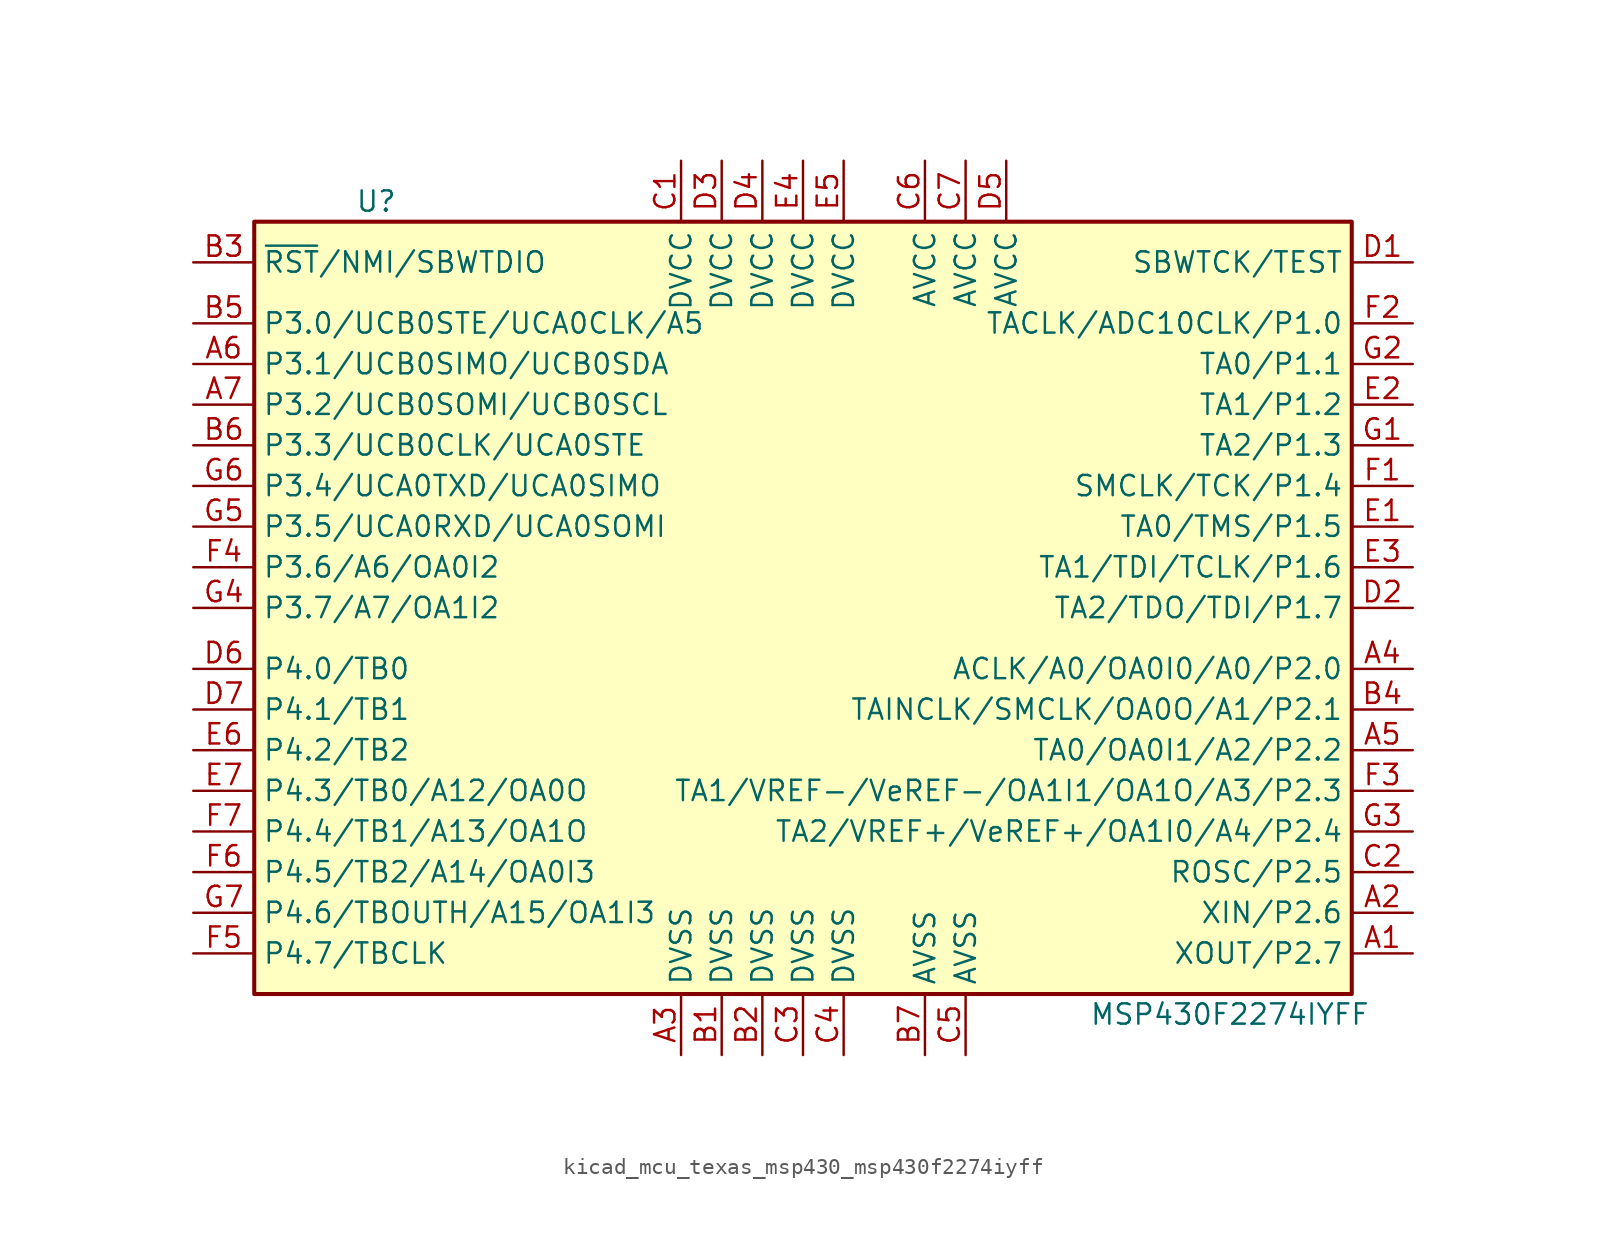
<source format=kicad_sym>
(kicad_symbol_lib
  (version 20220914)
  (generator kicad_symbol_editor)
  (symbol "kicad_mcu_texas_msp430_msp430f2274iyff"
    (property "Reference" "U"
      (at -26.67 25.4 0)
      (effects (font (size 1.27 1.27))))
    (property "Value" "MSP430F2274IYFF"
      (at 26.67 -25.4 0)
      (effects (font (size 1.27 1.27))))
    (symbol "kicad_mcu_texas_msp430_msp430f2274iyff_0_1"
      (rectangle (start -34.29 24.13) (end 34.29 -24.13) (stroke (width 0.254) (type default)) (fill (type background))))
    (symbol "kicad_mcu_texas_msp430_msp430f2274iyff_1_1"
      (pin bidirectional line (at 38.1 -21.59 180) (length 3.81) (name "XOUT/P2.7" (effects (font (size 1.27 1.27)))) (number "A1" (effects (font (size 1.27 1.27)))))
      (pin bidirectional line (at 38.1 -19.05 180) (length 3.81) (name "XIN/P2.6" (effects (font (size 1.27 1.27)))) (number "A2" (effects (font (size 1.27 1.27)))))
      (pin power_in line (at -7.62 -27.94 90) (length 3.81) (name "DVSS" (effects (font (size 1.27 1.27)))) (number "A3" (effects (font (size 1.27 1.27)))))
      (pin bidirectional line (at 38.1 -3.81 180) (length 3.81) (name "ACLK/A0/OA0I0/A0/P2.0" (effects (font (size 1.27 1.27)))) (number "A4" (effects (font (size 1.27 1.27)))))
      (pin bidirectional line (at 38.1 -8.89 180) (length 3.81) (name "TA0/OA0I1/A2/P2.2" (effects (font (size 1.27 1.27)))) (number "A5" (effects (font (size 1.27 1.27)))))
      (pin bidirectional line (at -38.1 15.24 0) (length 3.81) (name "P3.1/UCB0SIMO/UCB0SDA" (effects (font (size 1.27 1.27)))) (number "A6" (effects (font (size 1.27 1.27)))))
      (pin bidirectional line (at -38.1 12.7 0) (length 3.81) (name "P3.2/UCB0SOMI/UCB0SCL" (effects (font (size 1.27 1.27)))) (number "A7" (effects (font (size 1.27 1.27)))))
      (pin power_in line (at -5.08 -27.94 90) (length 3.81) (name "DVSS" (effects (font (size 1.27 1.27)))) (number "B1" (effects (font (size 1.27 1.27)))))
      (pin power_in line (at -2.54 -27.94 90) (length 3.81) (name "DVSS" (effects (font (size 1.27 1.27)))) (number "B2" (effects (font (size 1.27 1.27)))))
      (pin input line (at -38.1 21.59 0) (length 3.81) (name "~{RST}/NMI/SBWTDIO" (effects (font (size 1.27 1.27)))) (number "B3" (effects (font (size 1.27 1.27)))))
      (pin bidirectional line (at 38.1 -6.35 180) (length 3.81) (name "TAINCLK/SMCLK/OA0O/A1/P2.1" (effects (font (size 1.27 1.27)))) (number "B4" (effects (font (size 1.27 1.27)))))
      (pin bidirectional line (at -38.1 17.78 0) (length 3.81) (name "P3.0/UCB0STE/UCA0CLK/A5" (effects (font (size 1.27 1.27)))) (number "B5" (effects (font (size 1.27 1.27)))))
      (pin bidirectional line (at -38.1 10.16 0) (length 3.81) (name "P3.3/UCB0CLK/UCA0STE" (effects (font (size 1.27 1.27)))) (number "B6" (effects (font (size 1.27 1.27)))))
      (pin power_in line (at 7.62 -27.94 90) (length 3.81) (name "AVSS" (effects (font (size 1.27 1.27)))) (number "B7" (effects (font (size 1.27 1.27)))))
      (pin power_in line (at -7.62 27.94 270) (length 3.81) (name "DVCC" (effects (font (size 1.27 1.27)))) (number "C1" (effects (font (size 1.27 1.27)))))
      (pin bidirectional line (at 38.1 -16.51 180) (length 3.81) (name "ROSC/P2.5" (effects (font (size 1.27 1.27)))) (number "C2" (effects (font (size 1.27 1.27)))))
      (pin power_in line (at 0 -27.94 90) (length 3.81) (name "DVSS" (effects (font (size 1.27 1.27)))) (number "C3" (effects (font (size 1.27 1.27)))))
      (pin power_in line (at 2.54 -27.94 90) (length 3.81) (name "DVSS" (effects (font (size 1.27 1.27)))) (number "C4" (effects (font (size 1.27 1.27)))))
      (pin power_in line (at 10.16 -27.94 90) (length 3.81) (name "AVSS" (effects (font (size 1.27 1.27)))) (number "C5" (effects (font (size 1.27 1.27)))))
      (pin power_in line (at 7.62 27.94 270) (length 3.81) (name "AVCC" (effects (font (size 1.27 1.27)))) (number "C6" (effects (font (size 1.27 1.27)))))
      (pin power_in line (at 10.16 27.94 270) (length 3.81) (name "AVCC" (effects (font (size 1.27 1.27)))) (number "C7" (effects (font (size 1.27 1.27)))))
      (pin input line (at 38.1 21.59 180) (length 3.81) (name "SBWTCK/TEST" (effects (font (size 1.27 1.27)))) (number "D1" (effects (font (size 1.27 1.27)))))
      (pin bidirectional line (at 38.1 0 180) (length 3.81) (name "TA2/TDO/TDI/P1.7" (effects (font (size 1.27 1.27)))) (number "D2" (effects (font (size 1.27 1.27)))))
      (pin power_in line (at -5.08 27.94 270) (length 3.81) (name "DVCC" (effects (font (size 1.27 1.27)))) (number "D3" (effects (font (size 1.27 1.27)))))
      (pin power_in line (at -2.54 27.94 270) (length 3.81) (name "DVCC" (effects (font (size 1.27 1.27)))) (number "D4" (effects (font (size 1.27 1.27)))))
      (pin power_in line (at 12.7 27.94 270) (length 3.81) (name "AVCC" (effects (font (size 1.27 1.27)))) (number "D5" (effects (font (size 1.27 1.27)))))
      (pin bidirectional line (at -38.1 -3.81 0) (length 3.81) (name "P4.0/TB0" (effects (font (size 1.27 1.27)))) (number "D6" (effects (font (size 1.27 1.27)))))
      (pin bidirectional line (at -38.1 -6.35 0) (length 3.81) (name "P4.1/TB1" (effects (font (size 1.27 1.27)))) (number "D7" (effects (font (size 1.27 1.27)))))
      (pin bidirectional line (at 38.1 5.08 180) (length 3.81) (name "TA0/TMS/P1.5" (effects (font (size 1.27 1.27)))) (number "E1" (effects (font (size 1.27 1.27)))))
      (pin bidirectional line (at 38.1 12.7 180) (length 3.81) (name "TA1/P1.2" (effects (font (size 1.27 1.27)))) (number "E2" (effects (font (size 1.27 1.27)))))
      (pin bidirectional line (at 38.1 2.54 180) (length 3.81) (name "TA1/TDI/TCLK/P1.6" (effects (font (size 1.27 1.27)))) (number "E3" (effects (font (size 1.27 1.27)))))
      (pin power_in line (at 0 27.94 270) (length 3.81) (name "DVCC" (effects (font (size 1.27 1.27)))) (number "E4" (effects (font (size 1.27 1.27)))))
      (pin power_in line (at 2.54 27.94 270) (length 3.81) (name "DVCC" (effects (font (size 1.27 1.27)))) (number "E5" (effects (font (size 1.27 1.27)))))
      (pin bidirectional line (at -38.1 -8.89 0) (length 3.81) (name "P4.2/TB2" (effects (font (size 1.27 1.27)))) (number "E6" (effects (font (size 1.27 1.27)))))
      (pin bidirectional line (at -38.1 -11.43 0) (length 3.81) (name "P4.3/TB0/A12/OA0O" (effects (font (size 1.27 1.27)))) (number "E7" (effects (font (size 1.27 1.27)))))
      (pin bidirectional line (at 38.1 7.62 180) (length 3.81) (name "SMCLK/TCK/P1.4" (effects (font (size 1.27 1.27)))) (number "F1" (effects (font (size 1.27 1.27)))))
      (pin bidirectional line (at 38.1 17.78 180) (length 3.81) (name "TACLK/ADC10CLK/P1.0" (effects (font (size 1.27 1.27)))) (number "F2" (effects (font (size 1.27 1.27)))))
      (pin bidirectional line (at 38.1 -11.43 180) (length 3.81) (name "TA1/VREF-/VeREF-/OA1I1/OA1O/A3/P2.3" (effects (font (size 1.27 1.27)))) (number "F3" (effects (font (size 1.27 1.27)))))
      (pin bidirectional line (at -38.1 2.54 0) (length 3.81) (name "P3.6/A6/OA0I2" (effects (font (size 1.27 1.27)))) (number "F4" (effects (font (size 1.27 1.27)))))
      (pin bidirectional line (at -38.1 -21.59 0) (length 3.81) (name "P4.7/TBCLK" (effects (font (size 1.27 1.27)))) (number "F5" (effects (font (size 1.27 1.27)))))
      (pin bidirectional line (at -38.1 -16.51 0) (length 3.81) (name "P4.5/TB2/A14/OA0I3" (effects (font (size 1.27 1.27)))) (number "F6" (effects (font (size 1.27 1.27)))))
      (pin bidirectional line (at -38.1 -13.97 0) (length 3.81) (name "P4.4/TB1/A13/OA1O" (effects (font (size 1.27 1.27)))) (number "F7" (effects (font (size 1.27 1.27)))))
      (pin bidirectional line (at 38.1 10.16 180) (length 3.81) (name "TA2/P1.3" (effects (font (size 1.27 1.27)))) (number "G1" (effects (font (size 1.27 1.27)))))
      (pin bidirectional line (at 38.1 15.24 180) (length 3.81) (name "TA0/P1.1" (effects (font (size 1.27 1.27)))) (number "G2" (effects (font (size 1.27 1.27)))))
      (pin bidirectional line (at 38.1 -13.97 180) (length 3.81) (name "TA2/VREF+/VeREF+/OA1I0/A4/P2.4" (effects (font (size 1.27 1.27)))) (number "G3" (effects (font (size 1.27 1.27)))))
      (pin bidirectional line (at -38.1 0 0) (length 3.81) (name "P3.7/A7/OA1I2" (effects (font (size 1.27 1.27)))) (number "G4" (effects (font (size 1.27 1.27)))))
      (pin bidirectional line (at -38.1 5.08 0) (length 3.81) (name "P3.5/UCA0RXD/UCA0SOMI" (effects (font (size 1.27 1.27)))) (number "G5" (effects (font (size 1.27 1.27)))))
      (pin bidirectional line (at -38.1 7.62 0) (length 3.81) (name "P3.4/UCA0TXD/UCA0SIMO" (effects (font (size 1.27 1.27)))) (number "G6" (effects (font (size 1.27 1.27)))))
      (pin bidirectional line (at -38.1 -19.05 0) (length 3.81) (name "P4.6/TBOUTH/A15/OA1I3" (effects (font (size 1.27 1.27)))) (number "G7" (effects (font (size 1.27 1.27))))))))
</source>
